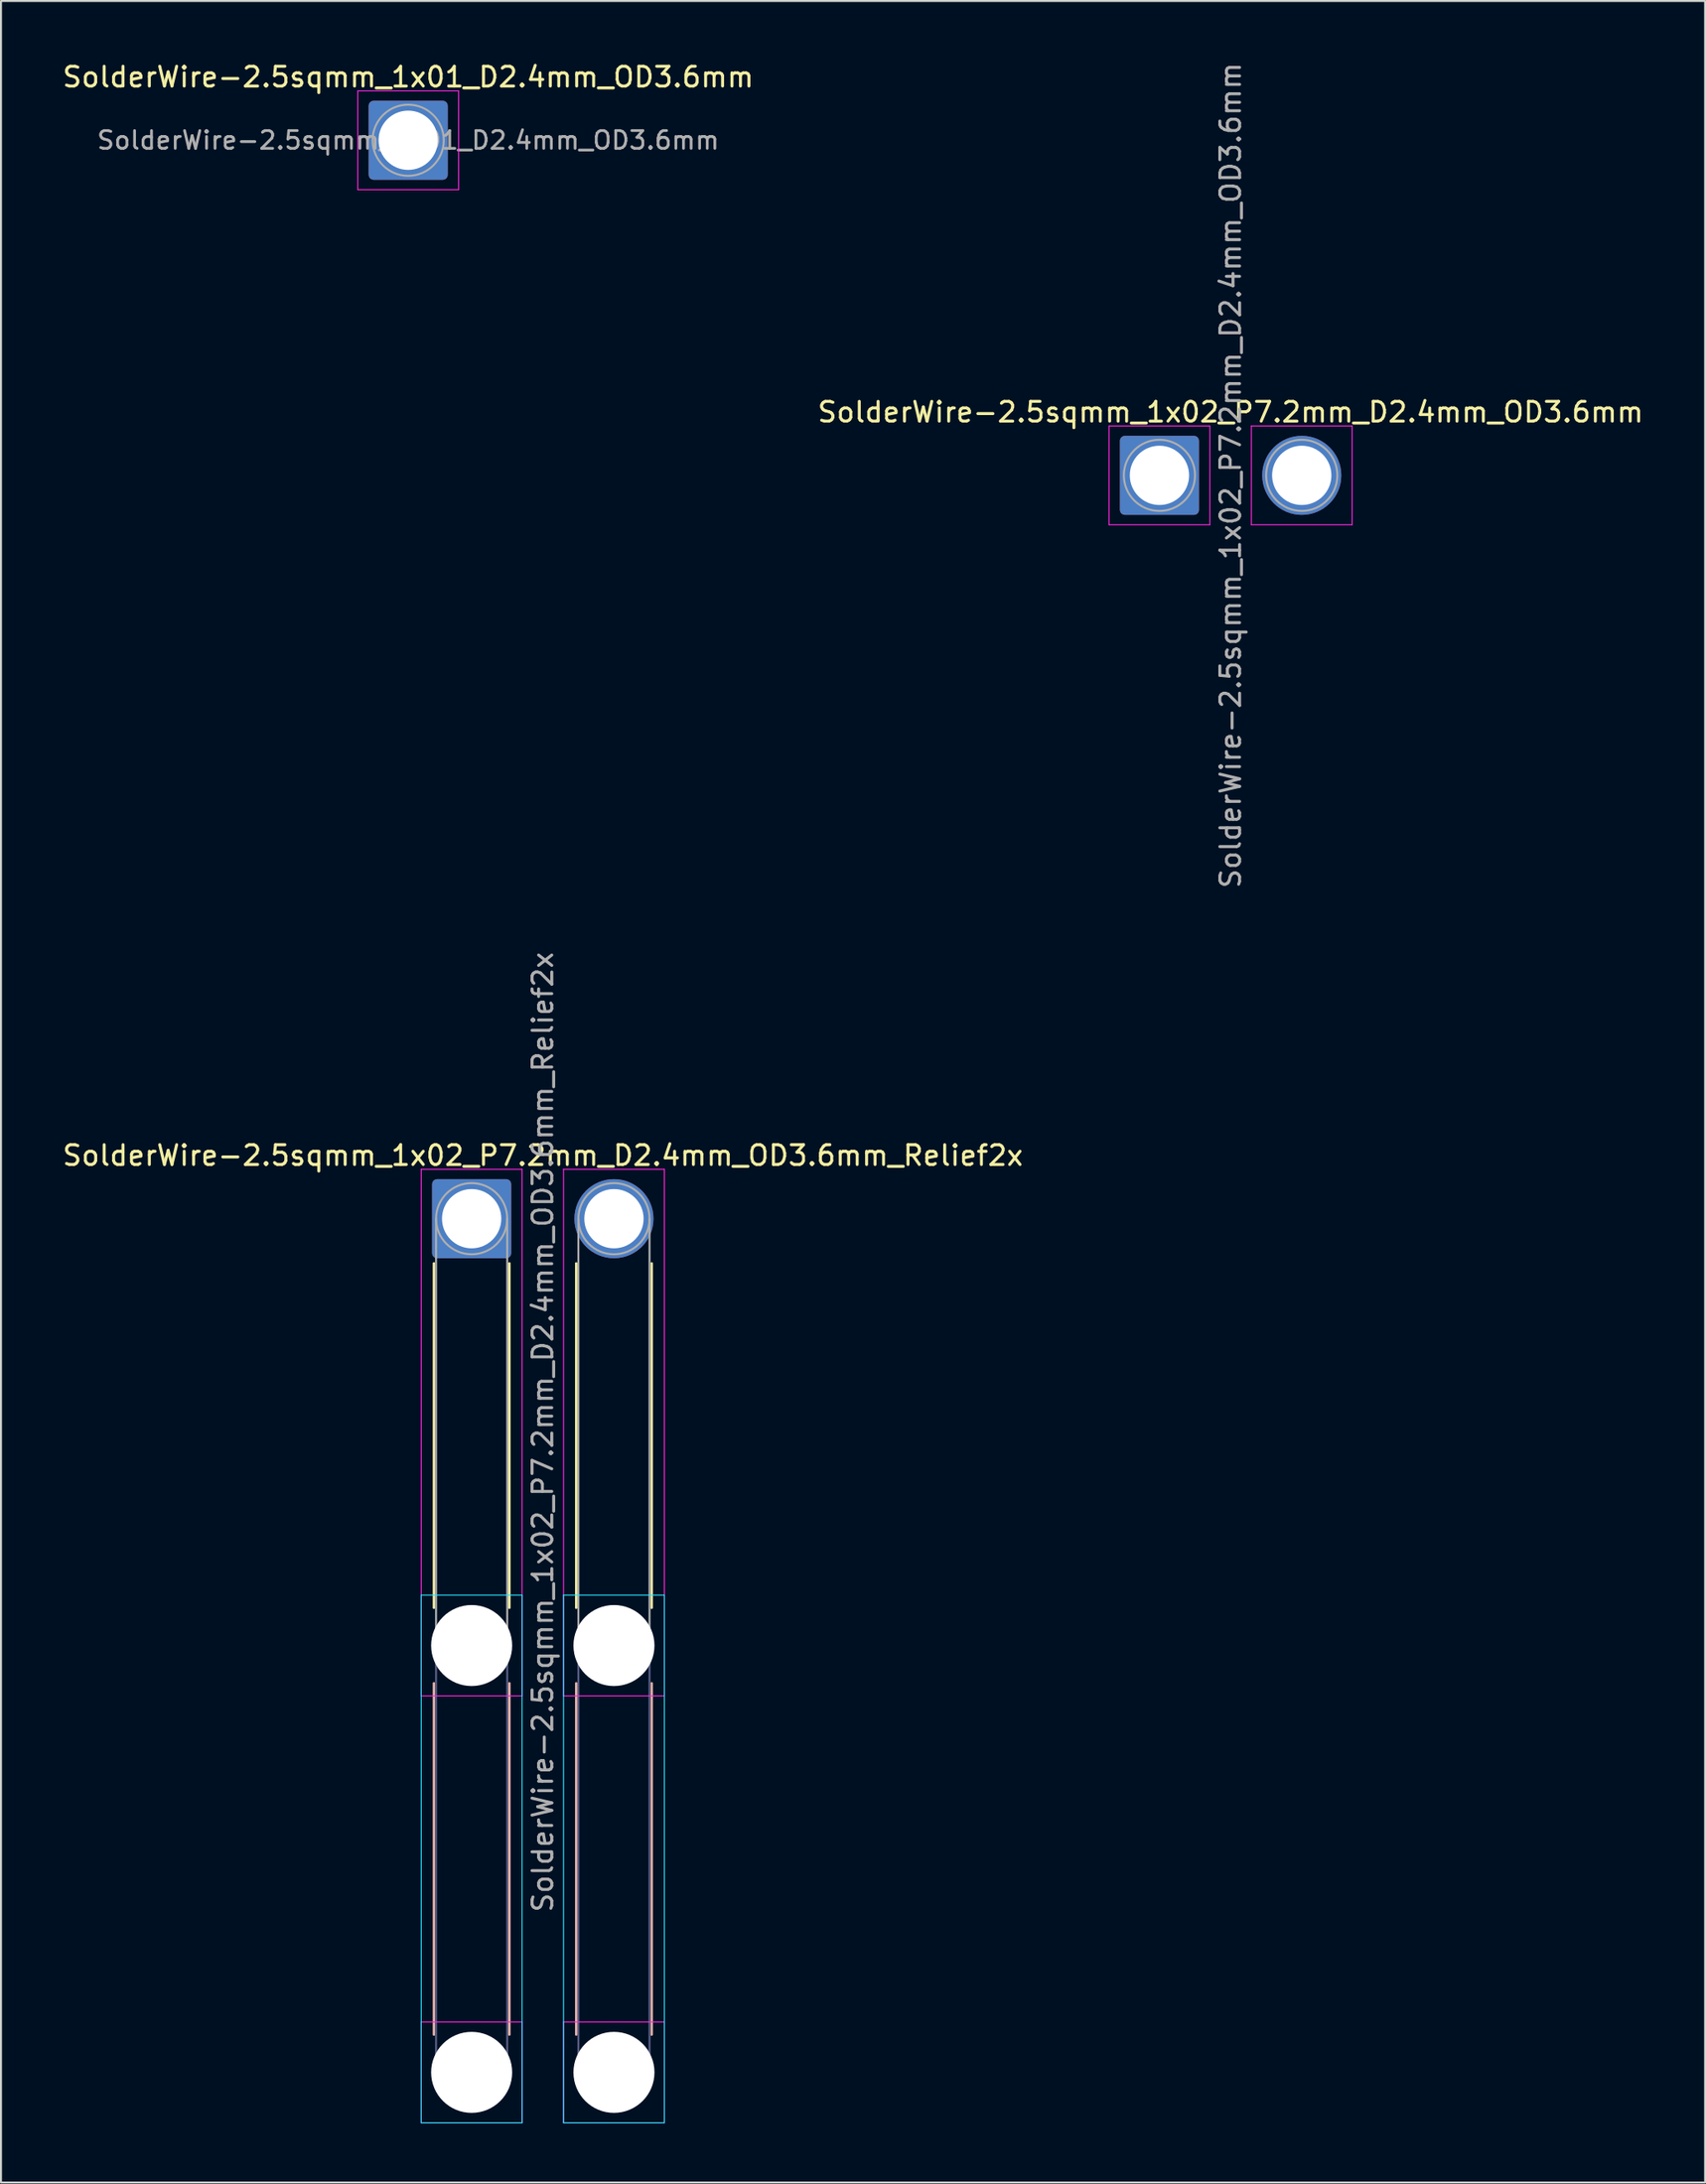
<source format=kicad_pcb>
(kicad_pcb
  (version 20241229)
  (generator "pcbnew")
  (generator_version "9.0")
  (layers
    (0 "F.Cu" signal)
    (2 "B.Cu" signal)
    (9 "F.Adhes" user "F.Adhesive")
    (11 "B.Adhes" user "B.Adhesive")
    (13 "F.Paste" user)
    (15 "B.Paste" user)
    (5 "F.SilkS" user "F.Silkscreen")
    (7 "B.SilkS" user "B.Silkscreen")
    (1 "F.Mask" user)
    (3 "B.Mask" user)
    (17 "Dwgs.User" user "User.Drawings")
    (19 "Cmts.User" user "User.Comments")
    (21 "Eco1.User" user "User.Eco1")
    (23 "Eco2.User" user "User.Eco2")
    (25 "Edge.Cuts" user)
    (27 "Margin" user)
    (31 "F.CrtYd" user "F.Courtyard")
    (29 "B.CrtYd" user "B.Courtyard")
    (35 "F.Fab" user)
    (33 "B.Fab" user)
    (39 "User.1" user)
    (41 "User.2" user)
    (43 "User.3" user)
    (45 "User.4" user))
  (footprint "SolderWire-2.5sqmm_1x01_D2.4mm_OD3.6mm"
    (layer "F.Cu")
    (at 17.601 4.048)
    (property "Reference" "SolderWire-2.5sqmm_1x01_D2.4mm_OD3.6mm" (at 0 -3.2 0) (layer "F.SilkS") (effects (font (size 1 1) (thickness 0.15))))
    (attr exclude_from_pos_files exclude_from_bom)
    (fp_line (start -2.55 -2.5) (end -2.55 2.5) (stroke (width 0.05) (type solid)) (layer "F.CrtYd"))
    (fp_line (start -2.55 2.5) (end 2.55 2.5) (stroke (width 0.05) (type solid)) (layer "F.CrtYd"))
    (fp_line (start 2.55 -2.5) (end -2.55 -2.5) (stroke (width 0.05) (type solid)) (layer "F.CrtYd"))
    (fp_line (start 2.55 2.5) (end 2.55 -2.5) (stroke (width 0.05) (type solid)) (layer "F.CrtYd"))
    (fp_circle (center 0 0) (end 1.8 0) (stroke (width 0.1) (type solid)) (fill no) (layer "F.Fab"))
    (fp_text user "${REFERENCE}" (at 0 0 0) (layer "F.Fab") (effects (font (size 0.9 0.9) (thickness 0.14))))
    (pad "1" thru_hole roundrect (at 0 0) (size 4 4) (drill 3) (layers "*.Cu" "*.Mask") (roundrect_rratio 0.062)))
  (footprint "SolderWire-2.5sqmm_1x02_P7.2mm_D2.4mm_OD3.6mm_Relief2x"
    (layer "F.Cu")
    (at 20.811 58.623)
    (property "Reference" "SolderWire-2.5sqmm_1x02_P7.2mm_D2.4mm_OD3.6mm_Relief2x" (at 3.6 -3.2 0) (layer "F.SilkS") (effects (font (size 1 1) (thickness 0.15))))
    (attr exclude_from_pos_files exclude_from_bom)
    (fp_line (start -1.91 2.26) (end -1.91 19.69) (stroke (width 0.12) (type solid)) (layer "F.SilkS"))
    (fp_line (start 1.91 2.26) (end 1.91 19.69) (stroke (width 0.12) (type solid)) (layer "F.SilkS"))
    (fp_line (start 5.29 2.26) (end 5.29 19.69) (stroke (width 0.12) (type solid)) (layer "F.SilkS"))
    (fp_line (start 9.11 2.26) (end 9.11 19.69) (stroke (width 0.12) (type solid)) (layer "F.SilkS"))
    (fp_line (start -1.91 23.51) (end -1.91 41.29) (stroke (width 0.12) (type solid)) (layer "B.SilkS"))
    (fp_line (start 1.91 23.51) (end 1.91 41.29) (stroke (width 0.12) (type solid)) (layer "B.SilkS"))
    (fp_line (start 5.29 23.51) (end 5.29 41.29) (stroke (width 0.12) (type solid)) (layer "B.SilkS"))
    (fp_line (start 9.11 23.51) (end 9.11 41.29) (stroke (width 0.12) (type solid)) (layer "B.SilkS"))
    (fp_line (start -2.55 19.05) (end -2.55 45.75) (stroke (width 0.05) (type solid)) (layer "B.CrtYd"))
    (fp_line (start -2.55 45.75) (end 2.55 45.75) (stroke (width 0.05) (type solid)) (layer "B.CrtYd"))
    (fp_line (start 2.55 19.05) (end -2.55 19.05) (stroke (width 0.05) (type solid)) (layer "B.CrtYd"))
    (fp_line (start 2.55 45.75) (end 2.55 19.05) (stroke (width 0.05) (type solid)) (layer "B.CrtYd"))
    (fp_line (start 4.65 19.05) (end 4.65 45.75) (stroke (width 0.05) (type solid)) (layer "B.CrtYd"))
    (fp_line (start 4.65 45.75) (end 9.75 45.75) (stroke (width 0.05) (type solid)) (layer "B.CrtYd"))
    (fp_line (start 9.75 19.05) (end 4.65 19.05) (stroke (width 0.05) (type solid)) (layer "B.CrtYd"))
    (fp_line (start 9.75 45.75) (end 9.75 19.05) (stroke (width 0.05) (type solid)) (layer "B.CrtYd"))
    (fp_line (start -2.55 -2.5) (end -2.55 24.15) (stroke (width 0.05) (type solid)) (layer "F.CrtYd"))
    (fp_line (start -2.55 24.15) (end 2.55 24.15) (stroke (width 0.05) (type solid)) (layer "F.CrtYd"))
    (fp_line (start -2.55 40.65) (end -2.55 45.75) (stroke (width 0.05) (type solid)) (layer "F.CrtYd"))
    (fp_line (start -2.55 45.75) (end 2.55 45.75) (stroke (width 0.05) (type solid)) (layer "F.CrtYd"))
    (fp_line (start 2.55 -2.5) (end -2.55 -2.5) (stroke (width 0.05) (type solid)) (layer "F.CrtYd"))
    (fp_line (start 2.55 24.15) (end 2.55 -2.5) (stroke (width 0.05) (type solid)) (layer "F.CrtYd"))
    (fp_line (start 2.55 40.65) (end -2.55 40.65) (stroke (width 0.05) (type solid)) (layer "F.CrtYd"))
    (fp_line (start 2.55 45.75) (end 2.55 40.65) (stroke (width 0.05) (type solid)) (layer "F.CrtYd"))
    (fp_line (start 4.65 -2.5) (end 4.65 24.15) (stroke (width 0.05) (type solid)) (layer "F.CrtYd"))
    (fp_line (start 4.65 24.15) (end 9.75 24.15) (stroke (width 0.05) (type solid)) (layer "F.CrtYd"))
    (fp_line (start 4.65 40.65) (end 4.65 45.75) (stroke (width 0.05) (type solid)) (layer "F.CrtYd"))
    (fp_line (start 4.65 45.75) (end 9.75 45.75) (stroke (width 0.05) (type solid)) (layer "F.CrtYd"))
    (fp_line (start 9.75 -2.5) (end 4.65 -2.5) (stroke (width 0.05) (type solid)) (layer "F.CrtYd"))
    (fp_line (start 9.75 24.15) (end 9.75 -2.5) (stroke (width 0.05) (type solid)) (layer "F.CrtYd"))
    (fp_line (start 9.75 40.65) (end 4.65 40.65) (stroke (width 0.05) (type solid)) (layer "F.CrtYd"))
    (fp_line (start 9.75 45.75) (end 9.75 40.65) (stroke (width 0.05) (type solid)) (layer "F.CrtYd"))
    (fp_line (start -1.8 21.6) (end -1.8 43.2) (stroke (width 0.1) (type solid)) (layer "B.Fab"))
    (fp_line (start 1.8 21.6) (end 1.8 43.2) (stroke (width 0.1) (type solid)) (layer "B.Fab"))
    (fp_line (start 5.4 21.6) (end 5.4 43.2) (stroke (width 0.1) (type solid)) (layer "B.Fab"))
    (fp_line (start 9 21.6) (end 9 43.2) (stroke (width 0.1) (type solid)) (layer "B.Fab"))
    (fp_circle (center 0 21.6) (end 1.8 21.6) (stroke (width 0.1) (type solid)) (fill no) (layer "B.Fab"))
    (fp_circle (center 0 43.2) (end 1.8 43.2) (stroke (width 0.1) (type solid)) (fill no) (layer "B.Fab"))
    (fp_circle (center 7.2 21.6) (end 9 21.6) (stroke (width 0.1) (type solid)) (fill no) (layer "B.Fab"))
    (fp_circle (center 7.2 43.2) (end 9 43.2) (stroke (width 0.1) (type solid)) (fill no) (layer "B.Fab"))
    (fp_line (start -1.8 0) (end -1.8 21.6) (stroke (width 0.1) (type solid)) (layer "F.Fab"))
    (fp_line (start 1.8 0) (end 1.8 21.6) (stroke (width 0.1) (type solid)) (layer "F.Fab"))
    (fp_line (start 5.4 0) (end 5.4 21.6) (stroke (width 0.1) (type solid)) (layer "F.Fab"))
    (fp_line (start 9 0) (end 9 21.6) (stroke (width 0.1) (type solid)) (layer "F.Fab"))
    (fp_circle (center 0 0) (end 1.8 0) (stroke (width 0.1) (type solid)) (fill no) (layer "F.Fab"))
    (fp_circle (center 0 21.6) (end 1.8 21.6) (stroke (width 0.1) (type solid)) (fill no) (layer "F.Fab"))
    (fp_circle (center 0 43.2) (end 1.8 43.2) (stroke (width 0.1) (type solid)) (fill no) (layer "F.Fab"))
    (fp_circle (center 7.2 0) (end 9 0) (stroke (width 0.1) (type solid)) (fill no) (layer "F.Fab"))
    (fp_circle (center 7.2 21.6) (end 9 21.6) (stroke (width 0.1) (type solid)) (fill no) (layer "F.Fab"))
    (fp_circle (center 7.2 43.2) (end 9 43.2) (stroke (width 0.1) (type solid)) (fill no) (layer "F.Fab"))
    (fp_text user "${REFERENCE}" (at 3.6 10.8 90) (layer "F.Fab") (effects (font (size 1 1) (thickness 0.15))))
    (pad "" np_thru_hole circle (at 0 21.6) (size 4.1 4.1) (drill 4.1) (layers "*.Cu" "*.Mask"))
    (pad "" np_thru_hole circle (at 0 43.2) (size 4.1 4.1) (drill 4.1) (layers "*.Cu" "*.Mask"))
    (pad "" np_thru_hole circle (at 7.2 21.6) (size 4.1 4.1) (drill 4.1) (layers "*.Cu" "*.Mask"))
    (pad "" np_thru_hole circle (at 7.2 43.2) (size 4.1 4.1) (drill 4.1) (layers "*.Cu" "*.Mask"))
    (pad "1" thru_hole roundrect (at 0 0) (size 4 4) (drill 3) (layers "*.Cu" "*.Mask") (roundrect_rratio 0.062))
    (pad "2" thru_hole circle (at 7.2 0) (size 4 4) (drill 3) (layers "*.Cu" "*.Mask")))
  (footprint "SolderWire-2.5sqmm_1x02_P7.2mm_D2.4mm_OD3.6mm"
    (layer "F.Cu")
    (at 55.608 21.006)
    (property "Reference" "SolderWire-2.5sqmm_1x02_P7.2mm_D2.4mm_OD3.6mm" (at 3.6 -3.2 0) (layer "F.SilkS") (effects (font (size 1 1) (thickness 0.15))))
    (attr exclude_from_pos_files exclude_from_bom)
    (fp_line (start -2.55 -2.5) (end -2.55 2.5) (stroke (width 0.05) (type solid)) (layer "F.CrtYd"))
    (fp_line (start -2.55 2.5) (end 2.55 2.5) (stroke (width 0.05) (type solid)) (layer "F.CrtYd"))
    (fp_line (start 2.55 -2.5) (end -2.55 -2.5) (stroke (width 0.05) (type solid)) (layer "F.CrtYd"))
    (fp_line (start 2.55 2.5) (end 2.55 -2.5) (stroke (width 0.05) (type solid)) (layer "F.CrtYd"))
    (fp_line (start 4.65 -2.5) (end 4.65 2.5) (stroke (width 0.05) (type solid)) (layer "F.CrtYd"))
    (fp_line (start 4.65 2.5) (end 9.75 2.5) (stroke (width 0.05) (type solid)) (layer "F.CrtYd"))
    (fp_line (start 9.75 -2.5) (end 4.65 -2.5) (stroke (width 0.05) (type solid)) (layer "F.CrtYd"))
    (fp_line (start 9.75 2.5) (end 9.75 -2.5) (stroke (width 0.05) (type solid)) (layer "F.CrtYd"))
    (fp_circle (center 0 0) (end 1.8 0) (stroke (width 0.1) (type solid)) (fill no) (layer "F.Fab"))
    (fp_circle (center 7.2 0) (end 9 0) (stroke (width 0.1) (type solid)) (fill no) (layer "F.Fab"))
    (fp_text user "${REFERENCE}" (at 3.6 0 90) (layer "F.Fab") (effects (font (size 1 1) (thickness 0.15))))
    (pad "1" thru_hole roundrect (at 0 0) (size 4 4) (drill 3) (layers "*.Cu" "*.Mask") (roundrect_rratio 0.062))
    (pad "2" thru_hole circle (at 7.2 0) (size 4 4) (drill 3) (layers "*.Cu" "*.Mask")))
  (gr_rect
    (start -3 -3)
    (end 83.214 107.398)
    (stroke (width 0.1) (type default))
    (fill no)
    (layer "Edge.Cuts")))
</source>
